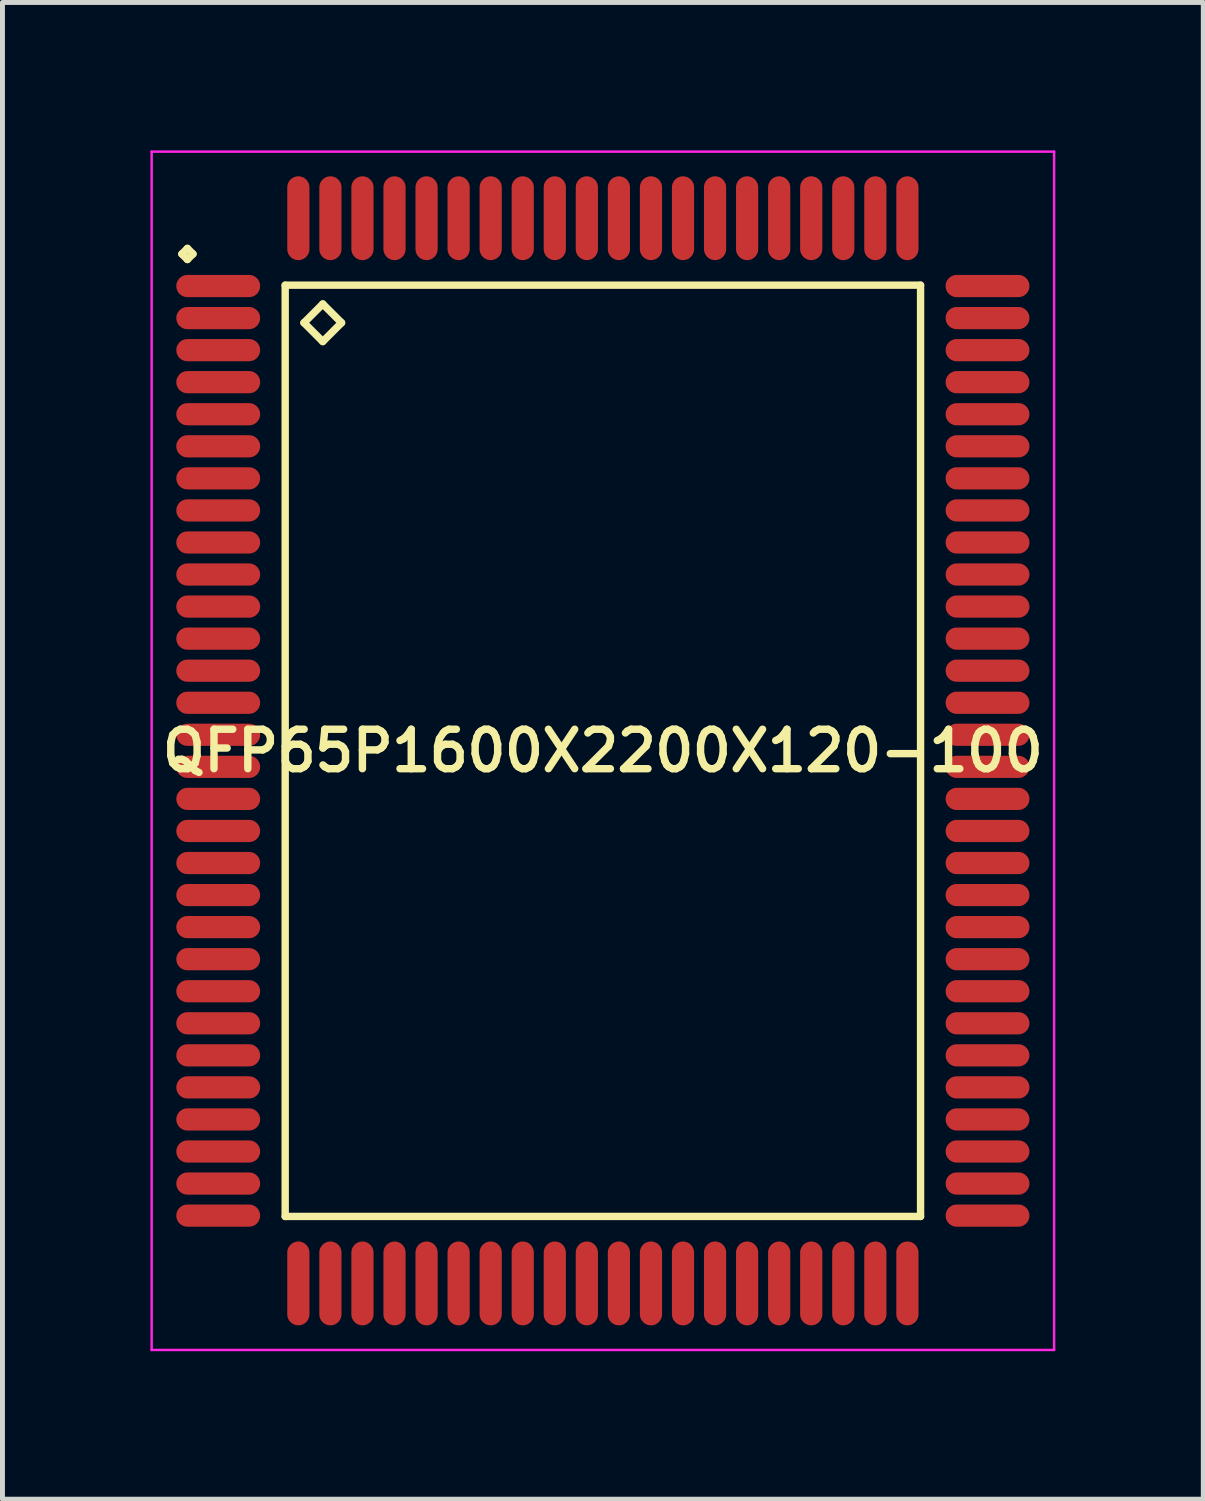
<source format=kicad_pcb>
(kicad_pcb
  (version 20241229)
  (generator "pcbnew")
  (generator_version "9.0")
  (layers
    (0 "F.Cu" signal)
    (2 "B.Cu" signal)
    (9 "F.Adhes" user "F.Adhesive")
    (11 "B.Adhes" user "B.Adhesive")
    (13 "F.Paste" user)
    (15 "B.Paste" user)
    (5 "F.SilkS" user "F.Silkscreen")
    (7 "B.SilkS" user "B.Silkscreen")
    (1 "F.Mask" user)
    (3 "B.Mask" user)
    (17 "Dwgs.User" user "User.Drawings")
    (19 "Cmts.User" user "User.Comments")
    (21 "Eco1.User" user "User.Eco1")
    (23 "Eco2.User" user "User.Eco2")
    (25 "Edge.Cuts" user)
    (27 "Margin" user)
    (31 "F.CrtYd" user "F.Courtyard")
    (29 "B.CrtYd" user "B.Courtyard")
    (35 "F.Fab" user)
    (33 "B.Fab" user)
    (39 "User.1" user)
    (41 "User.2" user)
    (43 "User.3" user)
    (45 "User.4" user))
  (footprint "QFP65P1600X2200X120-100"
    (layer "F.Cu")
    (at 9.175 12.175)
    (property "Reference" "QFP65P1600X2200X120-100" (at 0 0 0) (layer "F.SilkS") (effects (font (size 0.8 0.8) (thickness 0.15))))
    (attr smd)
    (fp_line (start -8.537 -10.075) (end -8.425 -10.188) (stroke (width 0.15) (type solid)) (layer "F.SilkS"))
    (fp_line (start -8.425 -10.188) (end -8.312 -10.075) (stroke (width 0.15) (type solid)) (layer "F.SilkS"))
    (fp_line (start -8.425 -9.963) (end -8.537 -10.075) (stroke (width 0.15) (type solid)) (layer "F.SilkS"))
    (fp_line (start -8.312 -10.075) (end -8.425 -9.963) (stroke (width 0.15) (type solid)) (layer "F.SilkS"))
    (fp_line (start -6.442 -9.442) (end -6.442 9.442) (stroke (width 0.15) (type solid)) (layer "F.SilkS"))
    (fp_line (start -6.442 9.442) (end 6.442 9.442) (stroke (width 0.15) (type solid)) (layer "F.SilkS"))
    (fp_line (start -6.061 -8.68) (end -5.68 -9.061) (stroke (width 0.15) (type solid)) (layer "F.SilkS"))
    (fp_line (start -5.68 -9.061) (end -5.299 -8.68) (stroke (width 0.15) (type solid)) (layer "F.SilkS"))
    (fp_line (start -5.68 -8.299) (end -6.061 -8.68) (stroke (width 0.15) (type solid)) (layer "F.SilkS"))
    (fp_line (start -5.299 -8.68) (end -5.68 -8.299) (stroke (width 0.15) (type solid)) (layer "F.SilkS"))
    (fp_line (start 6.442 -9.442) (end -6.442 -9.442) (stroke (width 0.15) (type solid)) (layer "F.SilkS"))
    (fp_line (start 6.442 9.442) (end 6.442 -9.442) (stroke (width 0.15) (type solid)) (layer "F.SilkS"))
    (fp_line (start -9.15 -12.15) (end 9.15 -12.15) (stroke (width 0.05) (type solid)) (layer "F.CrtYd"))
    (fp_line (start -9.15 12.15) (end -9.15 -12.15) (stroke (width 0.05) (type solid)) (layer "F.CrtYd"))
    (fp_line (start 9.15 -12.15) (end 9.15 12.15) (stroke (width 0.05) (type solid)) (layer "F.CrtYd"))
    (fp_line (start 9.15 12.15) (end -9.15 12.15) (stroke (width 0.05) (type solid)) (layer "F.CrtYd"))
    (pad "1" smd oval (at -7.8 -9.425) (size 1.7 0.45) (layers "F.Cu" "F.Mask" "F.Paste"))
    (pad "2" smd oval (at -7.8 -8.775) (size 1.7 0.45) (layers "F.Cu" "F.Mask" "F.Paste"))
    (pad "3" smd oval (at -7.8 -8.125) (size 1.7 0.45) (layers "F.Cu" "F.Mask" "F.Paste"))
    (pad "4" smd oval (at -7.8 -7.475) (size 1.7 0.45) (layers "F.Cu" "F.Mask" "F.Paste"))
    (pad "5" smd oval (at -7.8 -6.825) (size 1.7 0.45) (layers "F.Cu" "F.Mask" "F.Paste"))
    (pad "6" smd oval (at -7.8 -6.175) (size 1.7 0.45) (layers "F.Cu" "F.Mask" "F.Paste"))
    (pad "7" smd oval (at -7.8 -5.525) (size 1.7 0.45) (layers "F.Cu" "F.Mask" "F.Paste"))
    (pad "8" smd oval (at -7.8 -4.875) (size 1.7 0.45) (layers "F.Cu" "F.Mask" "F.Paste"))
    (pad "9" smd oval (at -7.8 -4.225) (size 1.7 0.45) (layers "F.Cu" "F.Mask" "F.Paste"))
    (pad "10" smd oval (at -7.8 -3.575) (size 1.7 0.45) (layers "F.Cu" "F.Mask" "F.Paste"))
    (pad "11" smd oval (at -7.8 -2.925) (size 1.7 0.45) (layers "F.Cu" "F.Mask" "F.Paste"))
    (pad "12" smd oval (at -7.8 -2.275) (size 1.7 0.45) (layers "F.Cu" "F.Mask" "F.Paste"))
    (pad "13" smd oval (at -7.8 -1.625) (size 1.7 0.45) (layers "F.Cu" "F.Mask" "F.Paste"))
    (pad "14" smd oval (at -7.8 -0.975) (size 1.7 0.45) (layers "F.Cu" "F.Mask" "F.Paste"))
    (pad "15" smd oval (at -7.8 -0.325) (size 1.7 0.45) (layers "F.Cu" "F.Mask" "F.Paste"))
    (pad "16" smd oval (at -7.8 0.325) (size 1.7 0.45) (layers "F.Cu" "F.Mask" "F.Paste"))
    (pad "17" smd oval (at -7.8 0.975) (size 1.7 0.45) (layers "F.Cu" "F.Mask" "F.Paste"))
    (pad "18" smd oval (at -7.8 1.625) (size 1.7 0.45) (layers "F.Cu" "F.Mask" "F.Paste"))
    (pad "19" smd oval (at -7.8 2.275) (size 1.7 0.45) (layers "F.Cu" "F.Mask" "F.Paste"))
    (pad "20" smd oval (at -7.8 2.925) (size 1.7 0.45) (layers "F.Cu" "F.Mask" "F.Paste"))
    (pad "21" smd oval (at -7.8 3.575) (size 1.7 0.45) (layers "F.Cu" "F.Mask" "F.Paste"))
    (pad "22" smd oval (at -7.8 4.225) (size 1.7 0.45) (layers "F.Cu" "F.Mask" "F.Paste"))
    (pad "23" smd oval (at -7.8 4.875) (size 1.7 0.45) (layers "F.Cu" "F.Mask" "F.Paste"))
    (pad "24" smd oval (at -7.8 5.525) (size 1.7 0.45) (layers "F.Cu" "F.Mask" "F.Paste"))
    (pad "25" smd oval (at -7.8 6.175) (size 1.7 0.45) (layers "F.Cu" "F.Mask" "F.Paste"))
    (pad "26" smd oval (at -7.8 6.825) (size 1.7 0.45) (layers "F.Cu" "F.Mask" "F.Paste"))
    (pad "27" smd oval (at -7.8 7.475) (size 1.7 0.45) (layers "F.Cu" "F.Mask" "F.Paste"))
    (pad "28" smd oval (at -7.8 8.125) (size 1.7 0.45) (layers "F.Cu" "F.Mask" "F.Paste"))
    (pad "29" smd oval (at -7.8 8.775) (size 1.7 0.45) (layers "F.Cu" "F.Mask" "F.Paste"))
    (pad "30" smd oval (at -7.8 9.425) (size 1.7 0.45) (layers "F.Cu" "F.Mask" "F.Paste"))
    (pad "31" smd oval (at -6.175 10.8) (size 0.45 1.7) (layers "F.Cu" "F.Mask" "F.Paste"))
    (pad "32" smd oval (at -5.525 10.8) (size 0.45 1.7) (layers "F.Cu" "F.Mask" "F.Paste"))
    (pad "33" smd oval (at -4.875 10.8) (size 0.45 1.7) (layers "F.Cu" "F.Mask" "F.Paste"))
    (pad "34" smd oval (at -4.225 10.8) (size 0.45 1.7) (layers "F.Cu" "F.Mask" "F.Paste"))
    (pad "35" smd oval (at -3.575 10.8) (size 0.45 1.7) (layers "F.Cu" "F.Mask" "F.Paste"))
    (pad "36" smd oval (at -2.925 10.8) (size 0.45 1.7) (layers "F.Cu" "F.Mask" "F.Paste"))
    (pad "37" smd oval (at -2.275 10.8) (size 0.45 1.7) (layers "F.Cu" "F.Mask" "F.Paste"))
    (pad "38" smd oval (at -1.625 10.8) (size 0.45 1.7) (layers "F.Cu" "F.Mask" "F.Paste"))
    (pad "39" smd oval (at -0.975 10.8) (size 0.45 1.7) (layers "F.Cu" "F.Mask" "F.Paste"))
    (pad "40" smd oval (at -0.325 10.8) (size 0.45 1.7) (layers "F.Cu" "F.Mask" "F.Paste"))
    (pad "41" smd oval (at 0.325 10.8) (size 0.45 1.7) (layers "F.Cu" "F.Mask" "F.Paste"))
    (pad "42" smd oval (at 0.975 10.8) (size 0.45 1.7) (layers "F.Cu" "F.Mask" "F.Paste"))
    (pad "43" smd oval (at 1.625 10.8) (size 0.45 1.7) (layers "F.Cu" "F.Mask" "F.Paste"))
    (pad "44" smd oval (at 2.275 10.8) (size 0.45 1.7) (layers "F.Cu" "F.Mask" "F.Paste"))
    (pad "45" smd oval (at 2.925 10.8) (size 0.45 1.7) (layers "F.Cu" "F.Mask" "F.Paste"))
    (pad "46" smd oval (at 3.575 10.8) (size 0.45 1.7) (layers "F.Cu" "F.Mask" "F.Paste"))
    (pad "47" smd oval (at 4.225 10.8) (size 0.45 1.7) (layers "F.Cu" "F.Mask" "F.Paste"))
    (pad "48" smd oval (at 4.875 10.8) (size 0.45 1.7) (layers "F.Cu" "F.Mask" "F.Paste"))
    (pad "49" smd oval (at 5.525 10.8) (size 0.45 1.7) (layers "F.Cu" "F.Mask" "F.Paste"))
    (pad "50" smd oval (at 6.175 10.8) (size 0.45 1.7) (layers "F.Cu" "F.Mask" "F.Paste"))
    (pad "51" smd oval (at 7.8 9.425) (size 1.7 0.45) (layers "F.Cu" "F.Mask" "F.Paste"))
    (pad "52" smd oval (at 7.8 8.775) (size 1.7 0.45) (layers "F.Cu" "F.Mask" "F.Paste"))
    (pad "53" smd oval (at 7.8 8.125) (size 1.7 0.45) (layers "F.Cu" "F.Mask" "F.Paste"))
    (pad "54" smd oval (at 7.8 7.475) (size 1.7 0.45) (layers "F.Cu" "F.Mask" "F.Paste"))
    (pad "55" smd oval (at 7.8 6.825) (size 1.7 0.45) (layers "F.Cu" "F.Mask" "F.Paste"))
    (pad "56" smd oval (at 7.8 6.175) (size 1.7 0.45) (layers "F.Cu" "F.Mask" "F.Paste"))
    (pad "57" smd oval (at 7.8 5.525) (size 1.7 0.45) (layers "F.Cu" "F.Mask" "F.Paste"))
    (pad "58" smd oval (at 7.8 4.875) (size 1.7 0.45) (layers "F.Cu" "F.Mask" "F.Paste"))
    (pad "59" smd oval (at 7.8 4.225) (size 1.7 0.45) (layers "F.Cu" "F.Mask" "F.Paste"))
    (pad "60" smd oval (at 7.8 3.575) (size 1.7 0.45) (layers "F.Cu" "F.Mask" "F.Paste"))
    (pad "61" smd oval (at 7.8 2.925) (size 1.7 0.45) (layers "F.Cu" "F.Mask" "F.Paste"))
    (pad "62" smd oval (at 7.8 2.275) (size 1.7 0.45) (layers "F.Cu" "F.Mask" "F.Paste"))
    (pad "63" smd oval (at 7.8 1.625) (size 1.7 0.45) (layers "F.Cu" "F.Mask" "F.Paste"))
    (pad "64" smd oval (at 7.8 0.975) (size 1.7 0.45) (layers "F.Cu" "F.Mask" "F.Paste"))
    (pad "65" smd oval (at 7.8 0.325) (size 1.7 0.45) (layers "F.Cu" "F.Mask" "F.Paste"))
    (pad "66" smd oval (at 7.8 -0.325) (size 1.7 0.45) (layers "F.Cu" "F.Mask" "F.Paste"))
    (pad "67" smd oval (at 7.8 -0.975) (size 1.7 0.45) (layers "F.Cu" "F.Mask" "F.Paste"))
    (pad "68" smd oval (at 7.8 -1.625) (size 1.7 0.45) (layers "F.Cu" "F.Mask" "F.Paste"))
    (pad "69" smd oval (at 7.8 -2.275) (size 1.7 0.45) (layers "F.Cu" "F.Mask" "F.Paste"))
    (pad "70" smd oval (at 7.8 -2.925) (size 1.7 0.45) (layers "F.Cu" "F.Mask" "F.Paste"))
    (pad "71" smd oval (at 7.8 -3.575) (size 1.7 0.45) (layers "F.Cu" "F.Mask" "F.Paste"))
    (pad "72" smd oval (at 7.8 -4.225) (size 1.7 0.45) (layers "F.Cu" "F.Mask" "F.Paste"))
    (pad "73" smd oval (at 7.8 -4.875) (size 1.7 0.45) (layers "F.Cu" "F.Mask" "F.Paste"))
    (pad "74" smd oval (at 7.8 -5.525) (size 1.7 0.45) (layers "F.Cu" "F.Mask" "F.Paste"))
    (pad "75" smd oval (at 7.8 -6.175) (size 1.7 0.45) (layers "F.Cu" "F.Mask" "F.Paste"))
    (pad "76" smd oval (at 7.8 -6.825) (size 1.7 0.45) (layers "F.Cu" "F.Mask" "F.Paste"))
    (pad "77" smd oval (at 7.8 -7.475) (size 1.7 0.45) (layers "F.Cu" "F.Mask" "F.Paste"))
    (pad "78" smd oval (at 7.8 -8.125) (size 1.7 0.45) (layers "F.Cu" "F.Mask" "F.Paste"))
    (pad "79" smd oval (at 7.8 -8.775) (size 1.7 0.45) (layers "F.Cu" "F.Mask" "F.Paste"))
    (pad "80" smd oval (at 7.8 -9.425) (size 1.7 0.45) (layers "F.Cu" "F.Mask" "F.Paste"))
    (pad "81" smd oval (at 6.175 -10.8) (size 0.45 1.7) (layers "F.Cu" "F.Mask" "F.Paste"))
    (pad "82" smd oval (at 5.525 -10.8) (size 0.45 1.7) (layers "F.Cu" "F.Mask" "F.Paste"))
    (pad "83" smd oval (at 4.875 -10.8) (size 0.45 1.7) (layers "F.Cu" "F.Mask" "F.Paste"))
    (pad "84" smd oval (at 4.225 -10.8) (size 0.45 1.7) (layers "F.Cu" "F.Mask" "F.Paste"))
    (pad "85" smd oval (at 3.575 -10.8) (size 0.45 1.7) (layers "F.Cu" "F.Mask" "F.Paste"))
    (pad "86" smd oval (at 2.925 -10.8) (size 0.45 1.7) (layers "F.Cu" "F.Mask" "F.Paste"))
    (pad "87" smd oval (at 2.275 -10.8) (size 0.45 1.7) (layers "F.Cu" "F.Mask" "F.Paste"))
    (pad "88" smd oval (at 1.625 -10.8) (size 0.45 1.7) (layers "F.Cu" "F.Mask" "F.Paste"))
    (pad "89" smd oval (at 0.975 -10.8) (size 0.45 1.7) (layers "F.Cu" "F.Mask" "F.Paste"))
    (pad "90" smd oval (at 0.325 -10.8) (size 0.45 1.7) (layers "F.Cu" "F.Mask" "F.Paste"))
    (pad "91" smd oval (at -0.325 -10.8) (size 0.45 1.7) (layers "F.Cu" "F.Mask" "F.Paste"))
    (pad "92" smd oval (at -0.975 -10.8) (size 0.45 1.7) (layers "F.Cu" "F.Mask" "F.Paste"))
    (pad "93" smd oval (at -1.625 -10.8) (size 0.45 1.7) (layers "F.Cu" "F.Mask" "F.Paste"))
    (pad "94" smd oval (at -2.275 -10.8) (size 0.45 1.7) (layers "F.Cu" "F.Mask" "F.Paste"))
    (pad "95" smd oval (at -2.925 -10.8) (size 0.45 1.7) (layers "F.Cu" "F.Mask" "F.Paste"))
    (pad "96" smd oval (at -3.575 -10.8) (size 0.45 1.7) (layers "F.Cu" "F.Mask" "F.Paste"))
    (pad "97" smd oval (at -4.225 -10.8) (size 0.45 1.7) (layers "F.Cu" "F.Mask" "F.Paste"))
    (pad "98" smd oval (at -4.875 -10.8) (size 0.45 1.7) (layers "F.Cu" "F.Mask" "F.Paste"))
    (pad "99" smd oval (at -5.525 -10.8) (size 0.45 1.7) (layers "F.Cu" "F.Mask" "F.Paste"))
    (pad "100" smd oval (at -6.175 -10.8) (size 0.45 1.7) (layers "F.Cu" "F.Mask" "F.Paste")))
  (gr_rect
    (start -3 -3)
    (end 21.35 27.35)
    (stroke (width 0.1) (type default))
    (fill no)
    (layer "Edge.Cuts")))
</source>
